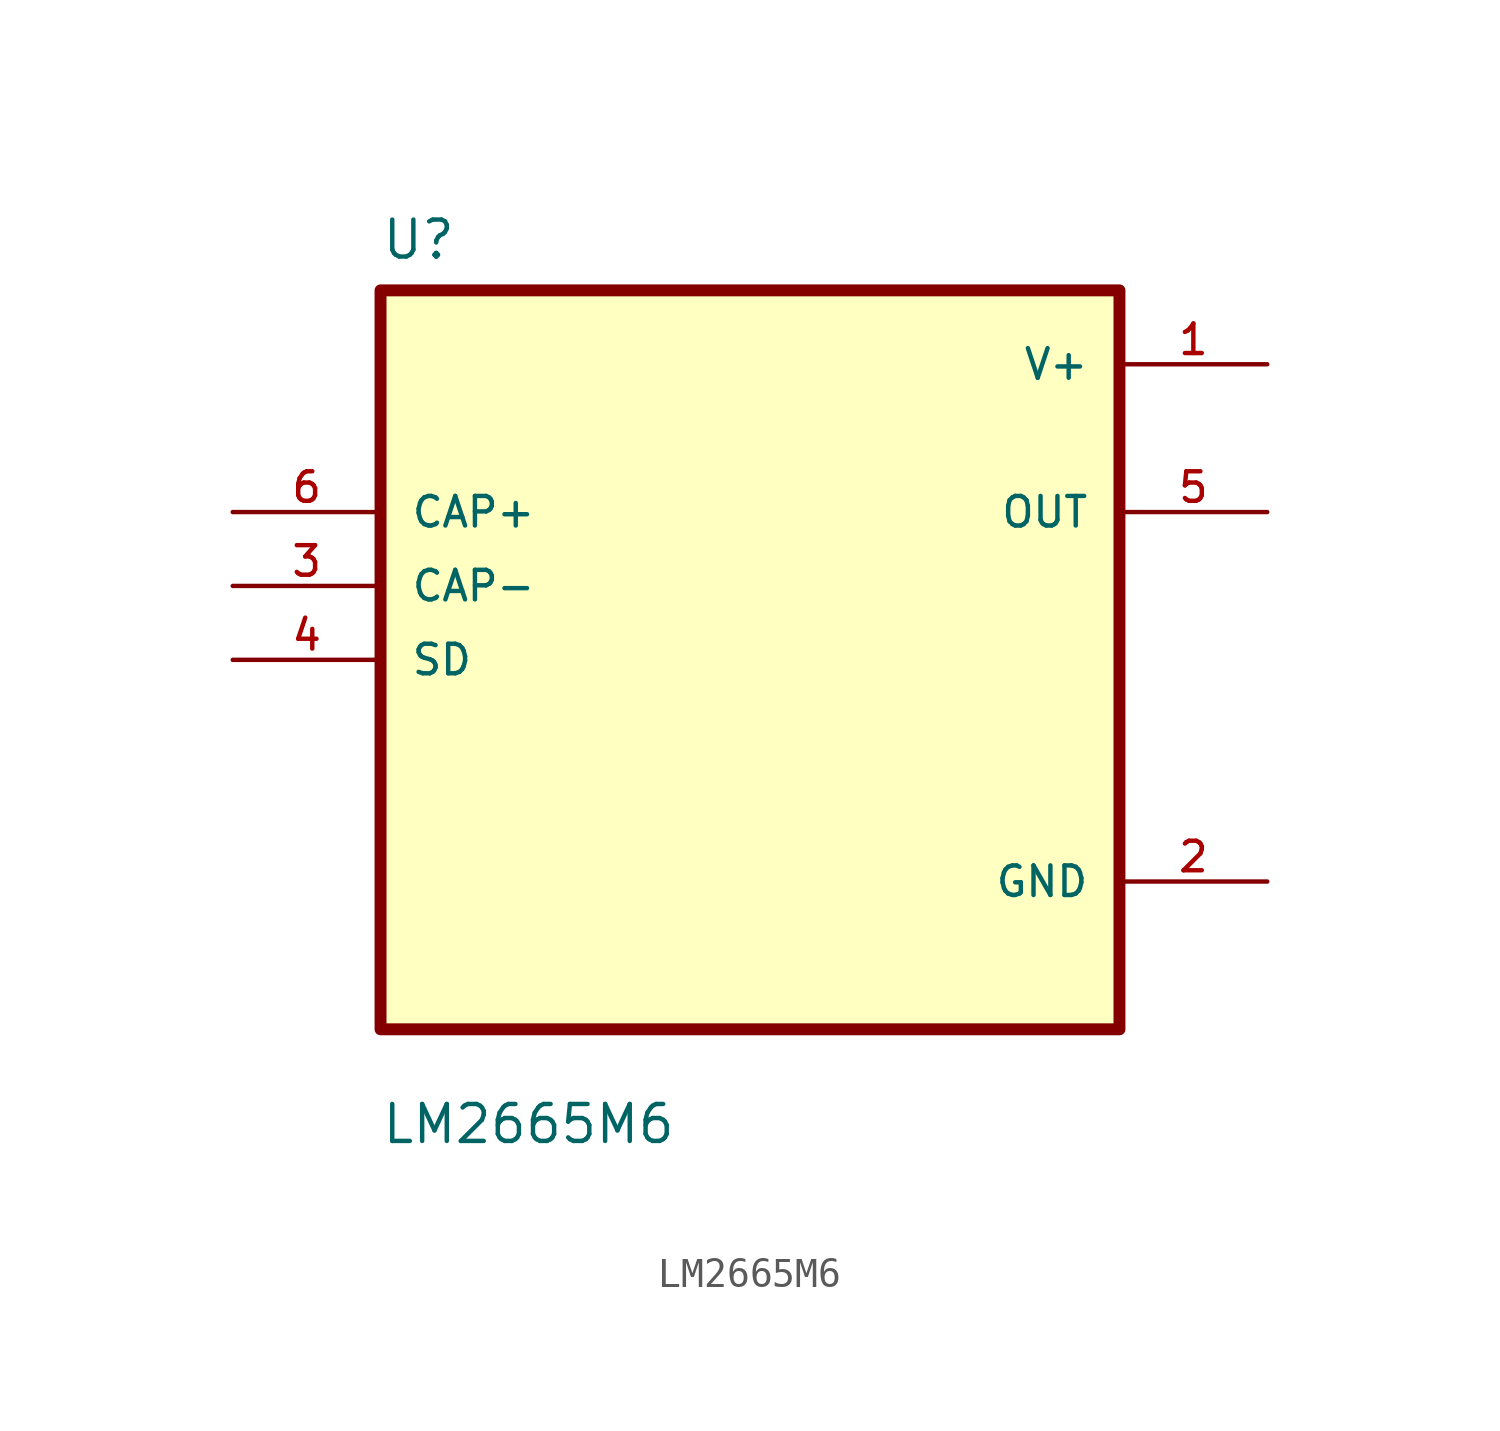
<source format=kicad_sym>
(kicad_symbol_lib
  (version 20211014)
  (generator kicad_symbol_editor)
  (symbol "LM2665M6"
    (pin_names
      (offset 1.016))
    (property "Reference" "U"
      (at -12.7 13.7 0.0)
      (effects (font (size 1.27 1.27)) (justify bottom left)))
    (property "Value" "LM2665M6"
      (at -12.7 -16.7 0.0)
      (effects (font (size 1.27 1.27)) (justify bottom left)))
    (symbol "LM2665M6_0_0"
      (rectangle (start -12.7 -12.7) (end 12.7 12.7) (stroke (width 0.41)) (fill (type background)))
      (pin input line (at -17.78 5.08 0) (length 5.08) (name "CAP+" (effects (font (size 1.016 1.016)))) (number "6" (effects (font (size 1.016 1.016)))))
      (pin input line (at -17.78 2.54 0) (length 5.08) (name "CAP-" (effects (font (size 1.016 1.016)))) (number "3" (effects (font (size 1.016 1.016)))))
      (pin input line (at -17.78 -8.88178e-16 0) (length 5.08) (name "SD" (effects (font (size 1.016 1.016)))) (number "4" (effects (font (size 1.016 1.016)))))
      (pin power_in line (at 17.78 10.16 180.0) (length 5.08) (name "V+" (effects (font (size 1.016 1.016)))) (number "1" (effects (font (size 1.016 1.016)))))
      (pin output line (at 17.78 5.08 180.0) (length 5.08) (name "OUT" (effects (font (size 1.016 1.016)))) (number "5" (effects (font (size 1.016 1.016)))))
      (pin power_in line (at 17.78 -7.62 180.0) (length 5.08) (name "GND" (effects (font (size 1.016 1.016)))) (number "2" (effects (font (size 1.016 1.016))))))))
</source>
